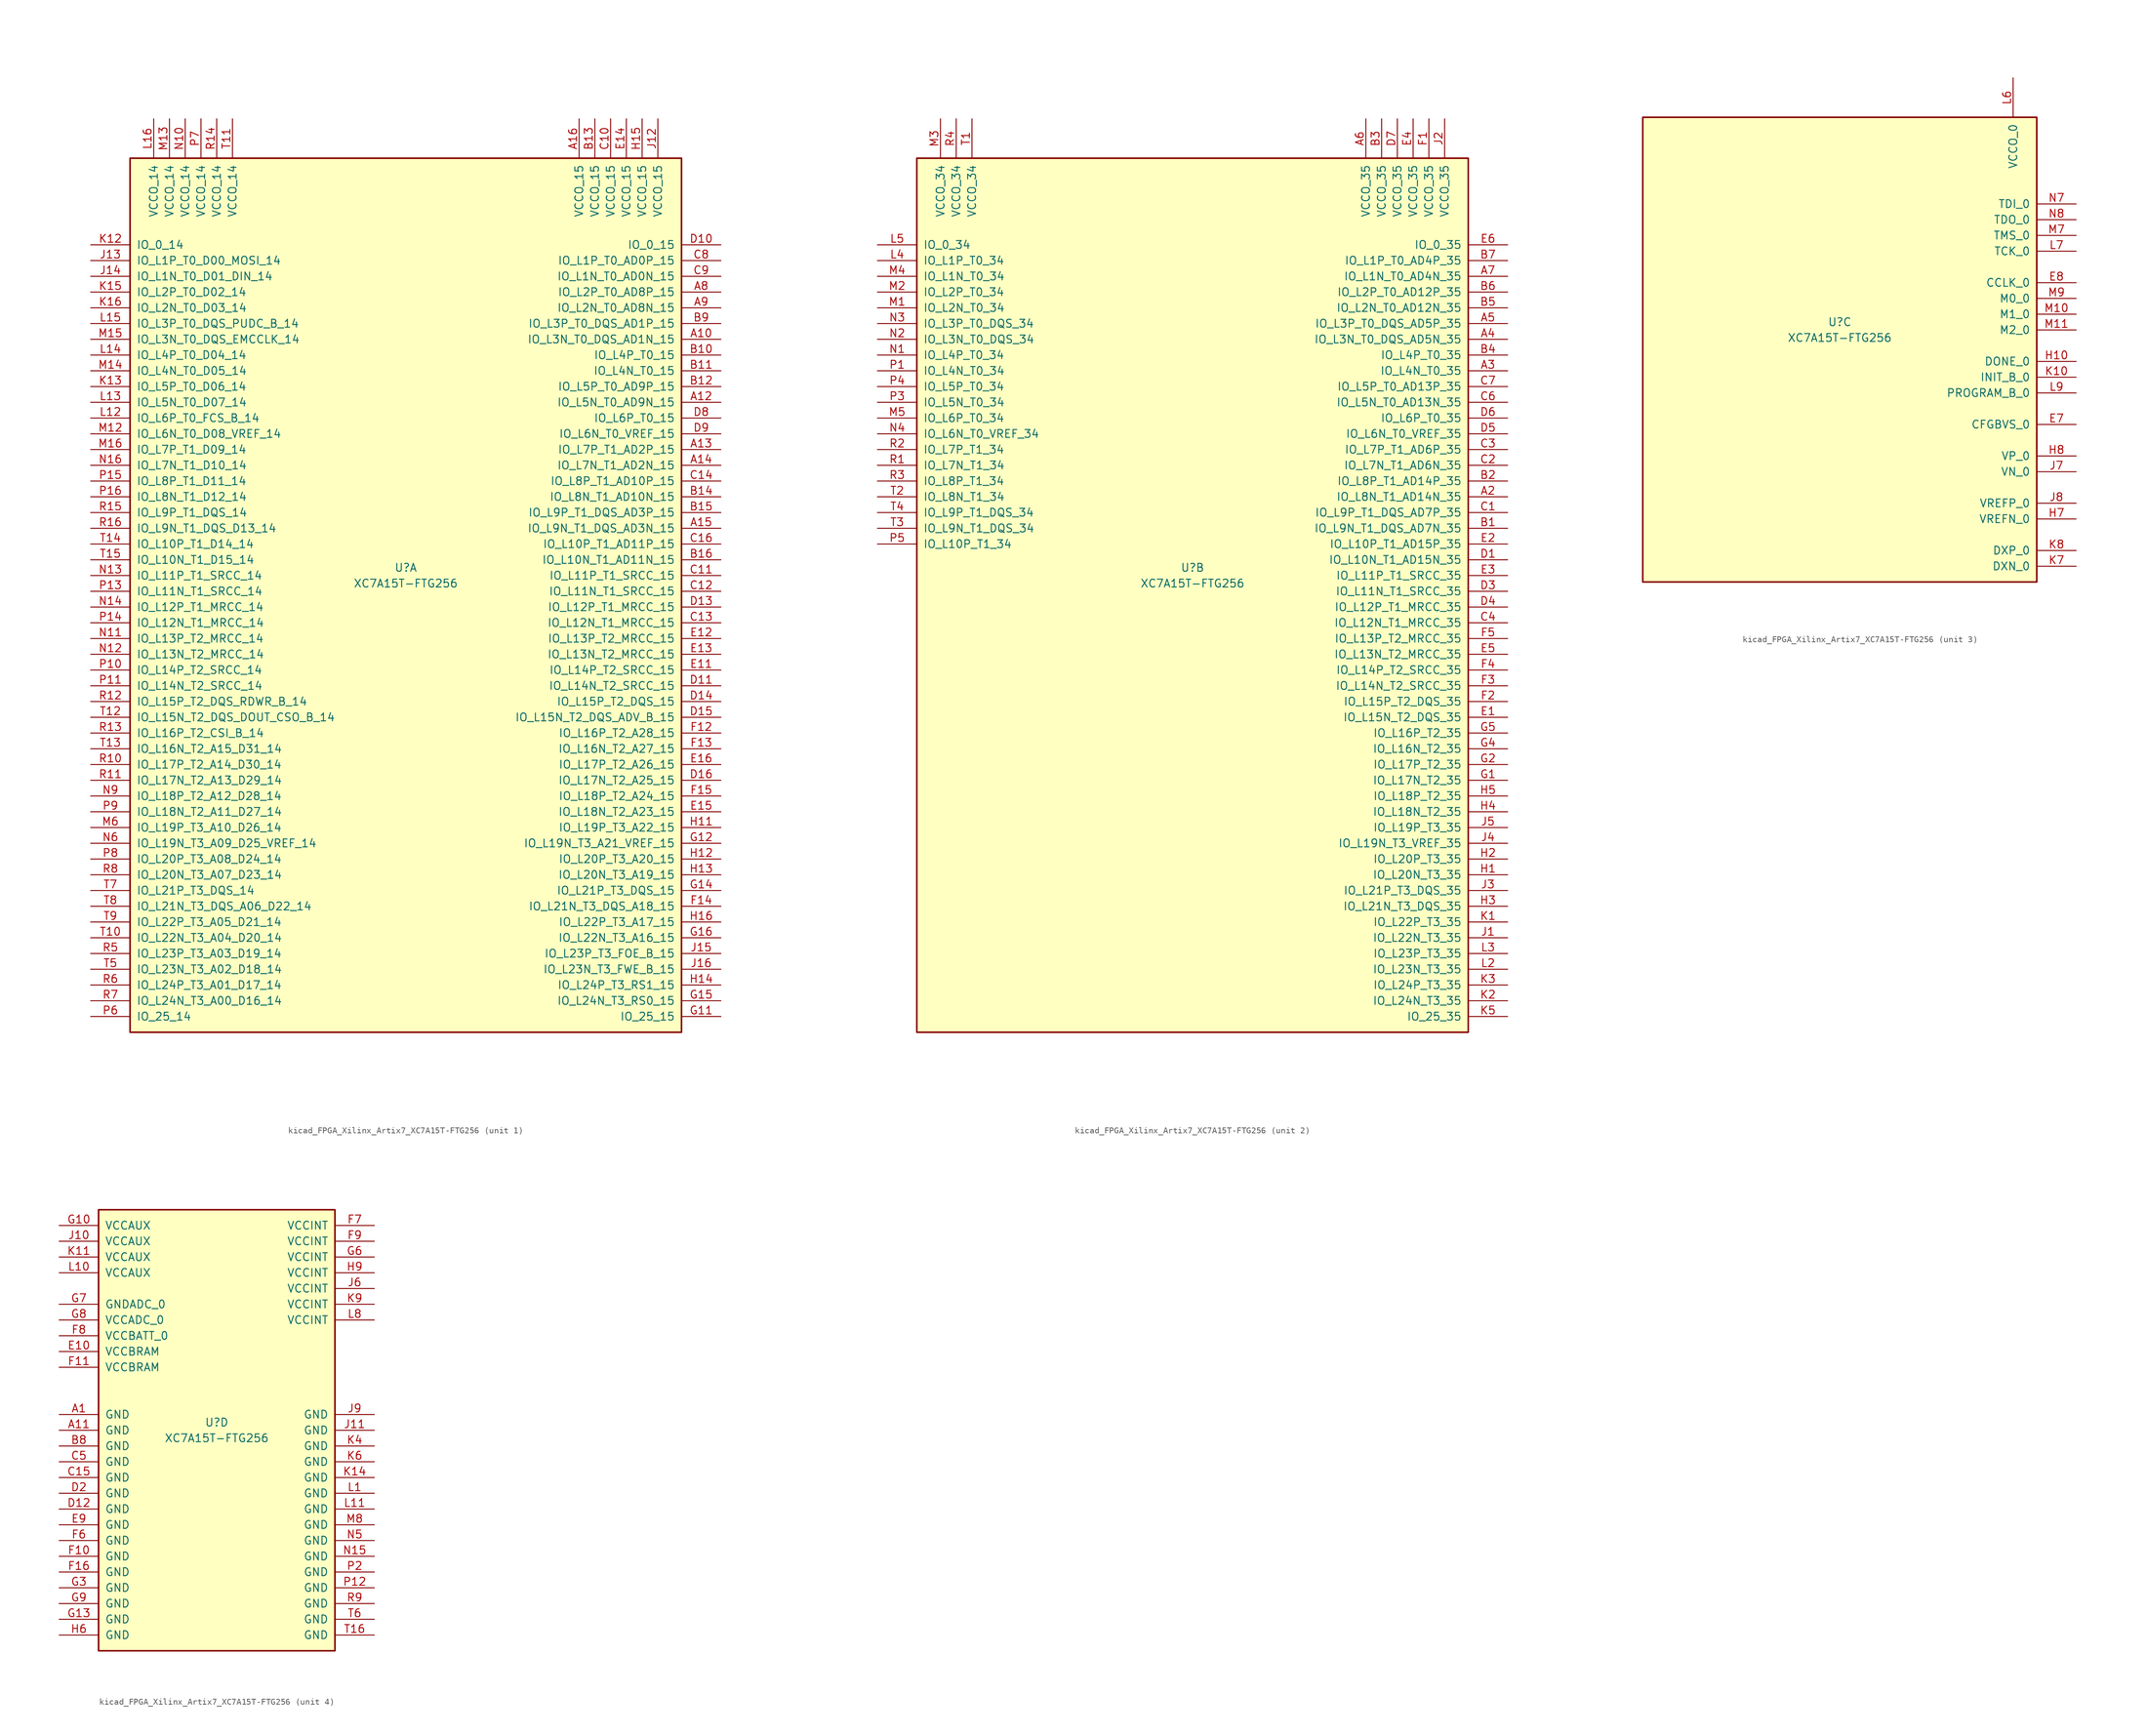
<source format=kicad_sym>
(kicad_symbol_lib
  (version 20220914)
  (generator kicad_symbol_editor)
  (symbol "kicad_FPGA_Xilinx_Artix7_XC7A15T-FTG256"
    (pin_names
      (offset 1.016))
    (property "Reference" "U"
      (at 0 1.27 0)
      (effects (font (size 1.27 1.27))))
    (property "Value" "XC7A15T-FTG256"
      (at 0 -1.27 0)
      (effects (font (size 1.27 1.27))))
    (property "Datasheet" ""
      (at 0 0 0)
      (effects (font (size 1.27 1.27))))
    (property "ki_locked" ""
      (at 0 0 0)
      (effects (font (size 1.27 1.27))))
    (symbol "kicad_FPGA_Xilinx_Artix7_XC7A15T-FTG256_1_1"
      (rectangle (start -44.45 67.31) (end 44.45 -73.66) (stroke (width 0.254) (type default)) (fill (type background)))
      (pin bidirectional line (at 50.8 38.1 180) (length 6.35) (name "IO_L3N_T0_DQS_AD1N_15" (effects (font (size 1.27 1.27)))) (number "A10" (effects (font (size 1.27 1.27)))))
      (pin bidirectional line (at 50.8 27.94 180) (length 6.35) (name "IO_L5N_T0_AD9N_15" (effects (font (size 1.27 1.27)))) (number "A12" (effects (font (size 1.27 1.27)))))
      (pin bidirectional line (at 50.8 20.32 180) (length 6.35) (name "IO_L7P_T1_AD2P_15" (effects (font (size 1.27 1.27)))) (number "A13" (effects (font (size 1.27 1.27)))))
      (pin bidirectional line (at 50.8 17.78 180) (length 6.35) (name "IO_L7N_T1_AD2N_15" (effects (font (size 1.27 1.27)))) (number "A14" (effects (font (size 1.27 1.27)))))
      (pin bidirectional line (at 50.8 7.62 180) (length 6.35) (name "IO_L9N_T1_DQS_AD3N_15" (effects (font (size 1.27 1.27)))) (number "A15" (effects (font (size 1.27 1.27)))))
      (pin power_in line (at 27.94 73.66 270) (length 6.35) (name "VCCO_15" (effects (font (size 1.27 1.27)))) (number "A16" (effects (font (size 1.27 1.27)))))
      (pin bidirectional line (at 50.8 45.72 180) (length 6.35) (name "IO_L2P_T0_AD8P_15" (effects (font (size 1.27 1.27)))) (number "A8" (effects (font (size 1.27 1.27)))))
      (pin bidirectional line (at 50.8 43.18 180) (length 6.35) (name "IO_L2N_T0_AD8N_15" (effects (font (size 1.27 1.27)))) (number "A9" (effects (font (size 1.27 1.27)))))
      (pin bidirectional line (at 50.8 35.56 180) (length 6.35) (name "IO_L4P_T0_15" (effects (font (size 1.27 1.27)))) (number "B10" (effects (font (size 1.27 1.27)))))
      (pin bidirectional line (at 50.8 33.02 180) (length 6.35) (name "IO_L4N_T0_15" (effects (font (size 1.27 1.27)))) (number "B11" (effects (font (size 1.27 1.27)))))
      (pin bidirectional line (at 50.8 30.48 180) (length 6.35) (name "IO_L5P_T0_AD9P_15" (effects (font (size 1.27 1.27)))) (number "B12" (effects (font (size 1.27 1.27)))))
      (pin power_in line (at 30.48 73.66 270) (length 6.35) (name "VCCO_15" (effects (font (size 1.27 1.27)))) (number "B13" (effects (font (size 1.27 1.27)))))
      (pin bidirectional line (at 50.8 12.7 180) (length 6.35) (name "IO_L8N_T1_AD10N_15" (effects (font (size 1.27 1.27)))) (number "B14" (effects (font (size 1.27 1.27)))))
      (pin bidirectional line (at 50.8 10.16 180) (length 6.35) (name "IO_L9P_T1_DQS_AD3P_15" (effects (font (size 1.27 1.27)))) (number "B15" (effects (font (size 1.27 1.27)))))
      (pin bidirectional line (at 50.8 2.54 180) (length 6.35) (name "IO_L10N_T1_AD11N_15" (effects (font (size 1.27 1.27)))) (number "B16" (effects (font (size 1.27 1.27)))))
      (pin bidirectional line (at 50.8 40.64 180) (length 6.35) (name "IO_L3P_T0_DQS_AD1P_15" (effects (font (size 1.27 1.27)))) (number "B9" (effects (font (size 1.27 1.27)))))
      (pin power_in line (at 33.02 73.66 270) (length 6.35) (name "VCCO_15" (effects (font (size 1.27 1.27)))) (number "C10" (effects (font (size 1.27 1.27)))))
      (pin bidirectional line (at 50.8 0 180) (length 6.35) (name "IO_L11P_T1_SRCC_15" (effects (font (size 1.27 1.27)))) (number "C11" (effects (font (size 1.27 1.27)))))
      (pin bidirectional line (at 50.8 -2.54 180) (length 6.35) (name "IO_L11N_T1_SRCC_15" (effects (font (size 1.27 1.27)))) (number "C12" (effects (font (size 1.27 1.27)))))
      (pin bidirectional line (at 50.8 -7.62 180) (length 6.35) (name "IO_L12N_T1_MRCC_15" (effects (font (size 1.27 1.27)))) (number "C13" (effects (font (size 1.27 1.27)))))
      (pin bidirectional line (at 50.8 15.24 180) (length 6.35) (name "IO_L8P_T1_AD10P_15" (effects (font (size 1.27 1.27)))) (number "C14" (effects (font (size 1.27 1.27)))))
      (pin bidirectional line (at 50.8 5.08 180) (length 6.35) (name "IO_L10P_T1_AD11P_15" (effects (font (size 1.27 1.27)))) (number "C16" (effects (font (size 1.27 1.27)))))
      (pin bidirectional line (at 50.8 50.8 180) (length 6.35) (name "IO_L1P_T0_AD0P_15" (effects (font (size 1.27 1.27)))) (number "C8" (effects (font (size 1.27 1.27)))))
      (pin bidirectional line (at 50.8 48.26 180) (length 6.35) (name "IO_L1N_T0_AD0N_15" (effects (font (size 1.27 1.27)))) (number "C9" (effects (font (size 1.27 1.27)))))
      (pin bidirectional line (at 50.8 53.34 180) (length 6.35) (name "IO_0_15" (effects (font (size 1.27 1.27)))) (number "D10" (effects (font (size 1.27 1.27)))))
      (pin bidirectional line (at 50.8 -17.78 180) (length 6.35) (name "IO_L14N_T2_SRCC_15" (effects (font (size 1.27 1.27)))) (number "D11" (effects (font (size 1.27 1.27)))))
      (pin bidirectional line (at 50.8 -5.08 180) (length 6.35) (name "IO_L12P_T1_MRCC_15" (effects (font (size 1.27 1.27)))) (number "D13" (effects (font (size 1.27 1.27)))))
      (pin bidirectional line (at 50.8 -20.32 180) (length 6.35) (name "IO_L15P_T2_DQS_15" (effects (font (size 1.27 1.27)))) (number "D14" (effects (font (size 1.27 1.27)))))
      (pin bidirectional line (at 50.8 -22.86 180) (length 6.35) (name "IO_L15N_T2_DQS_ADV_B_15" (effects (font (size 1.27 1.27)))) (number "D15" (effects (font (size 1.27 1.27)))))
      (pin bidirectional line (at 50.8 -33.02 180) (length 6.35) (name "IO_L17N_T2_A25_15" (effects (font (size 1.27 1.27)))) (number "D16" (effects (font (size 1.27 1.27)))))
      (pin bidirectional line (at 50.8 25.4 180) (length 6.35) (name "IO_L6P_T0_15" (effects (font (size 1.27 1.27)))) (number "D8" (effects (font (size 1.27 1.27)))))
      (pin bidirectional line (at 50.8 22.86 180) (length 6.35) (name "IO_L6N_T0_VREF_15" (effects (font (size 1.27 1.27)))) (number "D9" (effects (font (size 1.27 1.27)))))
      (pin bidirectional line (at 50.8 -15.24 180) (length 6.35) (name "IO_L14P_T2_SRCC_15" (effects (font (size 1.27 1.27)))) (number "E11" (effects (font (size 1.27 1.27)))))
      (pin bidirectional line (at 50.8 -10.16 180) (length 6.35) (name "IO_L13P_T2_MRCC_15" (effects (font (size 1.27 1.27)))) (number "E12" (effects (font (size 1.27 1.27)))))
      (pin bidirectional line (at 50.8 -12.7 180) (length 6.35) (name "IO_L13N_T2_MRCC_15" (effects (font (size 1.27 1.27)))) (number "E13" (effects (font (size 1.27 1.27)))))
      (pin power_in line (at 35.56 73.66 270) (length 6.35) (name "VCCO_15" (effects (font (size 1.27 1.27)))) (number "E14" (effects (font (size 1.27 1.27)))))
      (pin bidirectional line (at 50.8 -38.1 180) (length 6.35) (name "IO_L18N_T2_A23_15" (effects (font (size 1.27 1.27)))) (number "E15" (effects (font (size 1.27 1.27)))))
      (pin bidirectional line (at 50.8 -30.48 180) (length 6.35) (name "IO_L17P_T2_A26_15" (effects (font (size 1.27 1.27)))) (number "E16" (effects (font (size 1.27 1.27)))))
      (pin bidirectional line (at 50.8 -25.4 180) (length 6.35) (name "IO_L16P_T2_A28_15" (effects (font (size 1.27 1.27)))) (number "F12" (effects (font (size 1.27 1.27)))))
      (pin bidirectional line (at 50.8 -27.94 180) (length 6.35) (name "IO_L16N_T2_A27_15" (effects (font (size 1.27 1.27)))) (number "F13" (effects (font (size 1.27 1.27)))))
      (pin bidirectional line (at 50.8 -53.34 180) (length 6.35) (name "IO_L21N_T3_DQS_A18_15" (effects (font (size 1.27 1.27)))) (number "F14" (effects (font (size 1.27 1.27)))))
      (pin bidirectional line (at 50.8 -35.56 180) (length 6.35) (name "IO_L18P_T2_A24_15" (effects (font (size 1.27 1.27)))) (number "F15" (effects (font (size 1.27 1.27)))))
      (pin bidirectional line (at 50.8 -71.12 180) (length 6.35) (name "IO_25_15" (effects (font (size 1.27 1.27)))) (number "G11" (effects (font (size 1.27 1.27)))))
      (pin bidirectional line (at 50.8 -43.18 180) (length 6.35) (name "IO_L19N_T3_A21_VREF_15" (effects (font (size 1.27 1.27)))) (number "G12" (effects (font (size 1.27 1.27)))))
      (pin bidirectional line (at 50.8 -50.8 180) (length 6.35) (name "IO_L21P_T3_DQS_15" (effects (font (size 1.27 1.27)))) (number "G14" (effects (font (size 1.27 1.27)))))
      (pin bidirectional line (at 50.8 -68.58 180) (length 6.35) (name "IO_L24N_T3_RS0_15" (effects (font (size 1.27 1.27)))) (number "G15" (effects (font (size 1.27 1.27)))))
      (pin bidirectional line (at 50.8 -58.42 180) (length 6.35) (name "IO_L22N_T3_A16_15" (effects (font (size 1.27 1.27)))) (number "G16" (effects (font (size 1.27 1.27)))))
      (pin bidirectional line (at 50.8 -40.64 180) (length 6.35) (name "IO_L19P_T3_A22_15" (effects (font (size 1.27 1.27)))) (number "H11" (effects (font (size 1.27 1.27)))))
      (pin bidirectional line (at 50.8 -45.72 180) (length 6.35) (name "IO_L20P_T3_A20_15" (effects (font (size 1.27 1.27)))) (number "H12" (effects (font (size 1.27 1.27)))))
      (pin bidirectional line (at 50.8 -48.26 180) (length 6.35) (name "IO_L20N_T3_A19_15" (effects (font (size 1.27 1.27)))) (number "H13" (effects (font (size 1.27 1.27)))))
      (pin bidirectional line (at 50.8 -66.04 180) (length 6.35) (name "IO_L24P_T3_RS1_15" (effects (font (size 1.27 1.27)))) (number "H14" (effects (font (size 1.27 1.27)))))
      (pin power_in line (at 38.1 73.66 270) (length 6.35) (name "VCCO_15" (effects (font (size 1.27 1.27)))) (number "H15" (effects (font (size 1.27 1.27)))))
      (pin bidirectional line (at 50.8 -55.88 180) (length 6.35) (name "IO_L22P_T3_A17_15" (effects (font (size 1.27 1.27)))) (number "H16" (effects (font (size 1.27 1.27)))))
      (pin power_in line (at 40.64 73.66 270) (length 6.35) (name "VCCO_15" (effects (font (size 1.27 1.27)))) (number "J12" (effects (font (size 1.27 1.27)))))
      (pin bidirectional line (at -50.8 50.8 0) (length 6.35) (name "IO_L1P_T0_D00_MOSI_14" (effects (font (size 1.27 1.27)))) (number "J13" (effects (font (size 1.27 1.27)))))
      (pin bidirectional line (at -50.8 48.26 0) (length 6.35) (name "IO_L1N_T0_D01_DIN_14" (effects (font (size 1.27 1.27)))) (number "J14" (effects (font (size 1.27 1.27)))))
      (pin bidirectional line (at 50.8 -60.96 180) (length 6.35) (name "IO_L23P_T3_FOE_B_15" (effects (font (size 1.27 1.27)))) (number "J15" (effects (font (size 1.27 1.27)))))
      (pin bidirectional line (at 50.8 -63.5 180) (length 6.35) (name "IO_L23N_T3_FWE_B_15" (effects (font (size 1.27 1.27)))) (number "J16" (effects (font (size 1.27 1.27)))))
      (pin bidirectional line (at -50.8 53.34 0) (length 6.35) (name "IO_0_14" (effects (font (size 1.27 1.27)))) (number "K12" (effects (font (size 1.27 1.27)))))
      (pin bidirectional line (at -50.8 30.48 0) (length 6.35) (name "IO_L5P_T0_D06_14" (effects (font (size 1.27 1.27)))) (number "K13" (effects (font (size 1.27 1.27)))))
      (pin bidirectional line (at -50.8 45.72 0) (length 6.35) (name "IO_L2P_T0_D02_14" (effects (font (size 1.27 1.27)))) (number "K15" (effects (font (size 1.27 1.27)))))
      (pin bidirectional line (at -50.8 43.18 0) (length 6.35) (name "IO_L2N_T0_D03_14" (effects (font (size 1.27 1.27)))) (number "K16" (effects (font (size 1.27 1.27)))))
      (pin bidirectional line (at -50.8 25.4 0) (length 6.35) (name "IO_L6P_T0_FCS_B_14" (effects (font (size 1.27 1.27)))) (number "L12" (effects (font (size 1.27 1.27)))))
      (pin bidirectional line (at -50.8 27.94 0) (length 6.35) (name "IO_L5N_T0_D07_14" (effects (font (size 1.27 1.27)))) (number "L13" (effects (font (size 1.27 1.27)))))
      (pin bidirectional line (at -50.8 35.56 0) (length 6.35) (name "IO_L4P_T0_D04_14" (effects (font (size 1.27 1.27)))) (number "L14" (effects (font (size 1.27 1.27)))))
      (pin bidirectional line (at -50.8 40.64 0) (length 6.35) (name "IO_L3P_T0_DQS_PUDC_B_14" (effects (font (size 1.27 1.27)))) (number "L15" (effects (font (size 1.27 1.27)))))
      (pin power_in line (at -40.64 73.66 270) (length 6.35) (name "VCCO_14" (effects (font (size 1.27 1.27)))) (number "L16" (effects (font (size 1.27 1.27)))))
      (pin bidirectional line (at -50.8 22.86 0) (length 6.35) (name "IO_L6N_T0_D08_VREF_14" (effects (font (size 1.27 1.27)))) (number "M12" (effects (font (size 1.27 1.27)))))
      (pin power_in line (at -38.1 73.66 270) (length 6.35) (name "VCCO_14" (effects (font (size 1.27 1.27)))) (number "M13" (effects (font (size 1.27 1.27)))))
      (pin bidirectional line (at -50.8 33.02 0) (length 6.35) (name "IO_L4N_T0_D05_14" (effects (font (size 1.27 1.27)))) (number "M14" (effects (font (size 1.27 1.27)))))
      (pin bidirectional line (at -50.8 38.1 0) (length 6.35) (name "IO_L3N_T0_DQS_EMCCLK_14" (effects (font (size 1.27 1.27)))) (number "M15" (effects (font (size 1.27 1.27)))))
      (pin bidirectional line (at -50.8 20.32 0) (length 6.35) (name "IO_L7P_T1_D09_14" (effects (font (size 1.27 1.27)))) (number "M16" (effects (font (size 1.27 1.27)))))
      (pin bidirectional line (at -50.8 -40.64 0) (length 6.35) (name "IO_L19P_T3_A10_D26_14" (effects (font (size 1.27 1.27)))) (number "M6" (effects (font (size 1.27 1.27)))))
      (pin power_in line (at -35.56 73.66 270) (length 6.35) (name "VCCO_14" (effects (font (size 1.27 1.27)))) (number "N10" (effects (font (size 1.27 1.27)))))
      (pin bidirectional line (at -50.8 -10.16 0) (length 6.35) (name "IO_L13P_T2_MRCC_14" (effects (font (size 1.27 1.27)))) (number "N11" (effects (font (size 1.27 1.27)))))
      (pin bidirectional line (at -50.8 -12.7 0) (length 6.35) (name "IO_L13N_T2_MRCC_14" (effects (font (size 1.27 1.27)))) (number "N12" (effects (font (size 1.27 1.27)))))
      (pin bidirectional line (at -50.8 0 0) (length 6.35) (name "IO_L11P_T1_SRCC_14" (effects (font (size 1.27 1.27)))) (number "N13" (effects (font (size 1.27 1.27)))))
      (pin bidirectional line (at -50.8 -5.08 0) (length 6.35) (name "IO_L12P_T1_MRCC_14" (effects (font (size 1.27 1.27)))) (number "N14" (effects (font (size 1.27 1.27)))))
      (pin bidirectional line (at -50.8 17.78 0) (length 6.35) (name "IO_L7N_T1_D10_14" (effects (font (size 1.27 1.27)))) (number "N16" (effects (font (size 1.27 1.27)))))
      (pin bidirectional line (at -50.8 -43.18 0) (length 6.35) (name "IO_L19N_T3_A09_D25_VREF_14" (effects (font (size 1.27 1.27)))) (number "N6" (effects (font (size 1.27 1.27)))))
      (pin bidirectional line (at -50.8 -35.56 0) (length 6.35) (name "IO_L18P_T2_A12_D28_14" (effects (font (size 1.27 1.27)))) (number "N9" (effects (font (size 1.27 1.27)))))
      (pin bidirectional line (at -50.8 -15.24 0) (length 6.35) (name "IO_L14P_T2_SRCC_14" (effects (font (size 1.27 1.27)))) (number "P10" (effects (font (size 1.27 1.27)))))
      (pin bidirectional line (at -50.8 -17.78 0) (length 6.35) (name "IO_L14N_T2_SRCC_14" (effects (font (size 1.27 1.27)))) (number "P11" (effects (font (size 1.27 1.27)))))
      (pin bidirectional line (at -50.8 -2.54 0) (length 6.35) (name "IO_L11N_T1_SRCC_14" (effects (font (size 1.27 1.27)))) (number "P13" (effects (font (size 1.27 1.27)))))
      (pin bidirectional line (at -50.8 -7.62 0) (length 6.35) (name "IO_L12N_T1_MRCC_14" (effects (font (size 1.27 1.27)))) (number "P14" (effects (font (size 1.27 1.27)))))
      (pin bidirectional line (at -50.8 15.24 0) (length 6.35) (name "IO_L8P_T1_D11_14" (effects (font (size 1.27 1.27)))) (number "P15" (effects (font (size 1.27 1.27)))))
      (pin bidirectional line (at -50.8 12.7 0) (length 6.35) (name "IO_L8N_T1_D12_14" (effects (font (size 1.27 1.27)))) (number "P16" (effects (font (size 1.27 1.27)))))
      (pin bidirectional line (at -50.8 -71.12 0) (length 6.35) (name "IO_25_14" (effects (font (size 1.27 1.27)))) (number "P6" (effects (font (size 1.27 1.27)))))
      (pin power_in line (at -33.02 73.66 270) (length 6.35) (name "VCCO_14" (effects (font (size 1.27 1.27)))) (number "P7" (effects (font (size 1.27 1.27)))))
      (pin bidirectional line (at -50.8 -45.72 0) (length 6.35) (name "IO_L20P_T3_A08_D24_14" (effects (font (size 1.27 1.27)))) (number "P8" (effects (font (size 1.27 1.27)))))
      (pin bidirectional line (at -50.8 -38.1 0) (length 6.35) (name "IO_L18N_T2_A11_D27_14" (effects (font (size 1.27 1.27)))) (number "P9" (effects (font (size 1.27 1.27)))))
      (pin bidirectional line (at -50.8 -30.48 0) (length 6.35) (name "IO_L17P_T2_A14_D30_14" (effects (font (size 1.27 1.27)))) (number "R10" (effects (font (size 1.27 1.27)))))
      (pin bidirectional line (at -50.8 -33.02 0) (length 6.35) (name "IO_L17N_T2_A13_D29_14" (effects (font (size 1.27 1.27)))) (number "R11" (effects (font (size 1.27 1.27)))))
      (pin bidirectional line (at -50.8 -20.32 0) (length 6.35) (name "IO_L15P_T2_DQS_RDWR_B_14" (effects (font (size 1.27 1.27)))) (number "R12" (effects (font (size 1.27 1.27)))))
      (pin bidirectional line (at -50.8 -25.4 0) (length 6.35) (name "IO_L16P_T2_CSI_B_14" (effects (font (size 1.27 1.27)))) (number "R13" (effects (font (size 1.27 1.27)))))
      (pin power_in line (at -30.48 73.66 270) (length 6.35) (name "VCCO_14" (effects (font (size 1.27 1.27)))) (number "R14" (effects (font (size 1.27 1.27)))))
      (pin bidirectional line (at -50.8 10.16 0) (length 6.35) (name "IO_L9P_T1_DQS_14" (effects (font (size 1.27 1.27)))) (number "R15" (effects (font (size 1.27 1.27)))))
      (pin bidirectional line (at -50.8 7.62 0) (length 6.35) (name "IO_L9N_T1_DQS_D13_14" (effects (font (size 1.27 1.27)))) (number "R16" (effects (font (size 1.27 1.27)))))
      (pin bidirectional line (at -50.8 -60.96 0) (length 6.35) (name "IO_L23P_T3_A03_D19_14" (effects (font (size 1.27 1.27)))) (number "R5" (effects (font (size 1.27 1.27)))))
      (pin bidirectional line (at -50.8 -66.04 0) (length 6.35) (name "IO_L24P_T3_A01_D17_14" (effects (font (size 1.27 1.27)))) (number "R6" (effects (font (size 1.27 1.27)))))
      (pin bidirectional line (at -50.8 -68.58 0) (length 6.35) (name "IO_L24N_T3_A00_D16_14" (effects (font (size 1.27 1.27)))) (number "R7" (effects (font (size 1.27 1.27)))))
      (pin bidirectional line (at -50.8 -48.26 0) (length 6.35) (name "IO_L20N_T3_A07_D23_14" (effects (font (size 1.27 1.27)))) (number "R8" (effects (font (size 1.27 1.27)))))
      (pin bidirectional line (at -50.8 -58.42 0) (length 6.35) (name "IO_L22N_T3_A04_D20_14" (effects (font (size 1.27 1.27)))) (number "T10" (effects (font (size 1.27 1.27)))))
      (pin power_in line (at -27.94 73.66 270) (length 6.35) (name "VCCO_14" (effects (font (size 1.27 1.27)))) (number "T11" (effects (font (size 1.27 1.27)))))
      (pin bidirectional line (at -50.8 -22.86 0) (length 6.35) (name "IO_L15N_T2_DQS_DOUT_CSO_B_14" (effects (font (size 1.27 1.27)))) (number "T12" (effects (font (size 1.27 1.27)))))
      (pin bidirectional line (at -50.8 -27.94 0) (length 6.35) (name "IO_L16N_T2_A15_D31_14" (effects (font (size 1.27 1.27)))) (number "T13" (effects (font (size 1.27 1.27)))))
      (pin bidirectional line (at -50.8 5.08 0) (length 6.35) (name "IO_L10P_T1_D14_14" (effects (font (size 1.27 1.27)))) (number "T14" (effects (font (size 1.27 1.27)))))
      (pin bidirectional line (at -50.8 2.54 0) (length 6.35) (name "IO_L10N_T1_D15_14" (effects (font (size 1.27 1.27)))) (number "T15" (effects (font (size 1.27 1.27)))))
      (pin bidirectional line (at -50.8 -63.5 0) (length 6.35) (name "IO_L23N_T3_A02_D18_14" (effects (font (size 1.27 1.27)))) (number "T5" (effects (font (size 1.27 1.27)))))
      (pin bidirectional line (at -50.8 -50.8 0) (length 6.35) (name "IO_L21P_T3_DQS_14" (effects (font (size 1.27 1.27)))) (number "T7" (effects (font (size 1.27 1.27)))))
      (pin bidirectional line (at -50.8 -53.34 0) (length 6.35) (name "IO_L21N_T3_DQS_A06_D22_14" (effects (font (size 1.27 1.27)))) (number "T8" (effects (font (size 1.27 1.27)))))
      (pin bidirectional line (at -50.8 -55.88 0) (length 6.35) (name "IO_L22P_T3_A05_D21_14" (effects (font (size 1.27 1.27)))) (number "T9" (effects (font (size 1.27 1.27))))))
    (symbol "kicad_FPGA_Xilinx_Artix7_XC7A15T-FTG256_2_1"
      (rectangle (start -44.45 67.31) (end 44.45 -73.66) (stroke (width 0.254) (type default)) (fill (type background)))
      (pin bidirectional line (at 50.8 12.7 180) (length 6.35) (name "IO_L8N_T1_AD14N_35" (effects (font (size 1.27 1.27)))) (number "A2" (effects (font (size 1.27 1.27)))))
      (pin bidirectional line (at 50.8 33.02 180) (length 6.35) (name "IO_L4N_T0_35" (effects (font (size 1.27 1.27)))) (number "A3" (effects (font (size 1.27 1.27)))))
      (pin bidirectional line (at 50.8 38.1 180) (length 6.35) (name "IO_L3N_T0_DQS_AD5N_35" (effects (font (size 1.27 1.27)))) (number "A4" (effects (font (size 1.27 1.27)))))
      (pin bidirectional line (at 50.8 40.64 180) (length 6.35) (name "IO_L3P_T0_DQS_AD5P_35" (effects (font (size 1.27 1.27)))) (number "A5" (effects (font (size 1.27 1.27)))))
      (pin power_in line (at 27.94 73.66 270) (length 6.35) (name "VCCO_35" (effects (font (size 1.27 1.27)))) (number "A6" (effects (font (size 1.27 1.27)))))
      (pin bidirectional line (at 50.8 48.26 180) (length 6.35) (name "IO_L1N_T0_AD4N_35" (effects (font (size 1.27 1.27)))) (number "A7" (effects (font (size 1.27 1.27)))))
      (pin bidirectional line (at 50.8 7.62 180) (length 6.35) (name "IO_L9N_T1_DQS_AD7N_35" (effects (font (size 1.27 1.27)))) (number "B1" (effects (font (size 1.27 1.27)))))
      (pin bidirectional line (at 50.8 15.24 180) (length 6.35) (name "IO_L8P_T1_AD14P_35" (effects (font (size 1.27 1.27)))) (number "B2" (effects (font (size 1.27 1.27)))))
      (pin power_in line (at 30.48 73.66 270) (length 6.35) (name "VCCO_35" (effects (font (size 1.27 1.27)))) (number "B3" (effects (font (size 1.27 1.27)))))
      (pin bidirectional line (at 50.8 35.56 180) (length 6.35) (name "IO_L4P_T0_35" (effects (font (size 1.27 1.27)))) (number "B4" (effects (font (size 1.27 1.27)))))
      (pin bidirectional line (at 50.8 43.18 180) (length 6.35) (name "IO_L2N_T0_AD12N_35" (effects (font (size 1.27 1.27)))) (number "B5" (effects (font (size 1.27 1.27)))))
      (pin bidirectional line (at 50.8 45.72 180) (length 6.35) (name "IO_L2P_T0_AD12P_35" (effects (font (size 1.27 1.27)))) (number "B6" (effects (font (size 1.27 1.27)))))
      (pin bidirectional line (at 50.8 50.8 180) (length 6.35) (name "IO_L1P_T0_AD4P_35" (effects (font (size 1.27 1.27)))) (number "B7" (effects (font (size 1.27 1.27)))))
      (pin bidirectional line (at 50.8 10.16 180) (length 6.35) (name "IO_L9P_T1_DQS_AD7P_35" (effects (font (size 1.27 1.27)))) (number "C1" (effects (font (size 1.27 1.27)))))
      (pin bidirectional line (at 50.8 17.78 180) (length 6.35) (name "IO_L7N_T1_AD6N_35" (effects (font (size 1.27 1.27)))) (number "C2" (effects (font (size 1.27 1.27)))))
      (pin bidirectional line (at 50.8 20.32 180) (length 6.35) (name "IO_L7P_T1_AD6P_35" (effects (font (size 1.27 1.27)))) (number "C3" (effects (font (size 1.27 1.27)))))
      (pin bidirectional line (at 50.8 -7.62 180) (length 6.35) (name "IO_L12N_T1_MRCC_35" (effects (font (size 1.27 1.27)))) (number "C4" (effects (font (size 1.27 1.27)))))
      (pin bidirectional line (at 50.8 27.94 180) (length 6.35) (name "IO_L5N_T0_AD13N_35" (effects (font (size 1.27 1.27)))) (number "C6" (effects (font (size 1.27 1.27)))))
      (pin bidirectional line (at 50.8 30.48 180) (length 6.35) (name "IO_L5P_T0_AD13P_35" (effects (font (size 1.27 1.27)))) (number "C7" (effects (font (size 1.27 1.27)))))
      (pin bidirectional line (at 50.8 2.54 180) (length 6.35) (name "IO_L10N_T1_AD15N_35" (effects (font (size 1.27 1.27)))) (number "D1" (effects (font (size 1.27 1.27)))))
      (pin bidirectional line (at 50.8 -2.54 180) (length 6.35) (name "IO_L11N_T1_SRCC_35" (effects (font (size 1.27 1.27)))) (number "D3" (effects (font (size 1.27 1.27)))))
      (pin bidirectional line (at 50.8 -5.08 180) (length 6.35) (name "IO_L12P_T1_MRCC_35" (effects (font (size 1.27 1.27)))) (number "D4" (effects (font (size 1.27 1.27)))))
      (pin bidirectional line (at 50.8 22.86 180) (length 6.35) (name "IO_L6N_T0_VREF_35" (effects (font (size 1.27 1.27)))) (number "D5" (effects (font (size 1.27 1.27)))))
      (pin bidirectional line (at 50.8 25.4 180) (length 6.35) (name "IO_L6P_T0_35" (effects (font (size 1.27 1.27)))) (number "D6" (effects (font (size 1.27 1.27)))))
      (pin power_in line (at 33.02 73.66 270) (length 6.35) (name "VCCO_35" (effects (font (size 1.27 1.27)))) (number "D7" (effects (font (size 1.27 1.27)))))
      (pin bidirectional line (at 50.8 -22.86 180) (length 6.35) (name "IO_L15N_T2_DQS_35" (effects (font (size 1.27 1.27)))) (number "E1" (effects (font (size 1.27 1.27)))))
      (pin bidirectional line (at 50.8 5.08 180) (length 6.35) (name "IO_L10P_T1_AD15P_35" (effects (font (size 1.27 1.27)))) (number "E2" (effects (font (size 1.27 1.27)))))
      (pin bidirectional line (at 50.8 0 180) (length 6.35) (name "IO_L11P_T1_SRCC_35" (effects (font (size 1.27 1.27)))) (number "E3" (effects (font (size 1.27 1.27)))))
      (pin power_in line (at 35.56 73.66 270) (length 6.35) (name "VCCO_35" (effects (font (size 1.27 1.27)))) (number "E4" (effects (font (size 1.27 1.27)))))
      (pin bidirectional line (at 50.8 -12.7 180) (length 6.35) (name "IO_L13N_T2_MRCC_35" (effects (font (size 1.27 1.27)))) (number "E5" (effects (font (size 1.27 1.27)))))
      (pin bidirectional line (at 50.8 53.34 180) (length 6.35) (name "IO_0_35" (effects (font (size 1.27 1.27)))) (number "E6" (effects (font (size 1.27 1.27)))))
      (pin power_in line (at 38.1 73.66 270) (length 6.35) (name "VCCO_35" (effects (font (size 1.27 1.27)))) (number "F1" (effects (font (size 1.27 1.27)))))
      (pin bidirectional line (at 50.8 -20.32 180) (length 6.35) (name "IO_L15P_T2_DQS_35" (effects (font (size 1.27 1.27)))) (number "F2" (effects (font (size 1.27 1.27)))))
      (pin bidirectional line (at 50.8 -17.78 180) (length 6.35) (name "IO_L14N_T2_SRCC_35" (effects (font (size 1.27 1.27)))) (number "F3" (effects (font (size 1.27 1.27)))))
      (pin bidirectional line (at 50.8 -15.24 180) (length 6.35) (name "IO_L14P_T2_SRCC_35" (effects (font (size 1.27 1.27)))) (number "F4" (effects (font (size 1.27 1.27)))))
      (pin bidirectional line (at 50.8 -10.16 180) (length 6.35) (name "IO_L13P_T2_MRCC_35" (effects (font (size 1.27 1.27)))) (number "F5" (effects (font (size 1.27 1.27)))))
      (pin bidirectional line (at 50.8 -33.02 180) (length 6.35) (name "IO_L17N_T2_35" (effects (font (size 1.27 1.27)))) (number "G1" (effects (font (size 1.27 1.27)))))
      (pin bidirectional line (at 50.8 -30.48 180) (length 6.35) (name "IO_L17P_T2_35" (effects (font (size 1.27 1.27)))) (number "G2" (effects (font (size 1.27 1.27)))))
      (pin bidirectional line (at 50.8 -27.94 180) (length 6.35) (name "IO_L16N_T2_35" (effects (font (size 1.27 1.27)))) (number "G4" (effects (font (size 1.27 1.27)))))
      (pin bidirectional line (at 50.8 -25.4 180) (length 6.35) (name "IO_L16P_T2_35" (effects (font (size 1.27 1.27)))) (number "G5" (effects (font (size 1.27 1.27)))))
      (pin bidirectional line (at 50.8 -48.26 180) (length 6.35) (name "IO_L20N_T3_35" (effects (font (size 1.27 1.27)))) (number "H1" (effects (font (size 1.27 1.27)))))
      (pin bidirectional line (at 50.8 -45.72 180) (length 6.35) (name "IO_L20P_T3_35" (effects (font (size 1.27 1.27)))) (number "H2" (effects (font (size 1.27 1.27)))))
      (pin bidirectional line (at 50.8 -53.34 180) (length 6.35) (name "IO_L21N_T3_DQS_35" (effects (font (size 1.27 1.27)))) (number "H3" (effects (font (size 1.27 1.27)))))
      (pin bidirectional line (at 50.8 -38.1 180) (length 6.35) (name "IO_L18N_T2_35" (effects (font (size 1.27 1.27)))) (number "H4" (effects (font (size 1.27 1.27)))))
      (pin bidirectional line (at 50.8 -35.56 180) (length 6.35) (name "IO_L18P_T2_35" (effects (font (size 1.27 1.27)))) (number "H5" (effects (font (size 1.27 1.27)))))
      (pin bidirectional line (at 50.8 -58.42 180) (length 6.35) (name "IO_L22N_T3_35" (effects (font (size 1.27 1.27)))) (number "J1" (effects (font (size 1.27 1.27)))))
      (pin power_in line (at 40.64 73.66 270) (length 6.35) (name "VCCO_35" (effects (font (size 1.27 1.27)))) (number "J2" (effects (font (size 1.27 1.27)))))
      (pin bidirectional line (at 50.8 -50.8 180) (length 6.35) (name "IO_L21P_T3_DQS_35" (effects (font (size 1.27 1.27)))) (number "J3" (effects (font (size 1.27 1.27)))))
      (pin bidirectional line (at 50.8 -43.18 180) (length 6.35) (name "IO_L19N_T3_VREF_35" (effects (font (size 1.27 1.27)))) (number "J4" (effects (font (size 1.27 1.27)))))
      (pin bidirectional line (at 50.8 -40.64 180) (length 6.35) (name "IO_L19P_T3_35" (effects (font (size 1.27 1.27)))) (number "J5" (effects (font (size 1.27 1.27)))))
      (pin bidirectional line (at 50.8 -55.88 180) (length 6.35) (name "IO_L22P_T3_35" (effects (font (size 1.27 1.27)))) (number "K1" (effects (font (size 1.27 1.27)))))
      (pin bidirectional line (at 50.8 -68.58 180) (length 6.35) (name "IO_L24N_T3_35" (effects (font (size 1.27 1.27)))) (number "K2" (effects (font (size 1.27 1.27)))))
      (pin bidirectional line (at 50.8 -66.04 180) (length 6.35) (name "IO_L24P_T3_35" (effects (font (size 1.27 1.27)))) (number "K3" (effects (font (size 1.27 1.27)))))
      (pin bidirectional line (at 50.8 -71.12 180) (length 6.35) (name "IO_25_35" (effects (font (size 1.27 1.27)))) (number "K5" (effects (font (size 1.27 1.27)))))
      (pin bidirectional line (at 50.8 -63.5 180) (length 6.35) (name "IO_L23N_T3_35" (effects (font (size 1.27 1.27)))) (number "L2" (effects (font (size 1.27 1.27)))))
      (pin bidirectional line (at 50.8 -60.96 180) (length 6.35) (name "IO_L23P_T3_35" (effects (font (size 1.27 1.27)))) (number "L3" (effects (font (size 1.27 1.27)))))
      (pin bidirectional line (at -50.8 50.8 0) (length 6.35) (name "IO_L1P_T0_34" (effects (font (size 1.27 1.27)))) (number "L4" (effects (font (size 1.27 1.27)))))
      (pin bidirectional line (at -50.8 53.34 0) (length 6.35) (name "IO_0_34" (effects (font (size 1.27 1.27)))) (number "L5" (effects (font (size 1.27 1.27)))))
      (pin bidirectional line (at -50.8 43.18 0) (length 6.35) (name "IO_L2N_T0_34" (effects (font (size 1.27 1.27)))) (number "M1" (effects (font (size 1.27 1.27)))))
      (pin bidirectional line (at -50.8 45.72 0) (length 6.35) (name "IO_L2P_T0_34" (effects (font (size 1.27 1.27)))) (number "M2" (effects (font (size 1.27 1.27)))))
      (pin power_in line (at -40.64 73.66 270) (length 6.35) (name "VCCO_34" (effects (font (size 1.27 1.27)))) (number "M3" (effects (font (size 1.27 1.27)))))
      (pin bidirectional line (at -50.8 48.26 0) (length 6.35) (name "IO_L1N_T0_34" (effects (font (size 1.27 1.27)))) (number "M4" (effects (font (size 1.27 1.27)))))
      (pin bidirectional line (at -50.8 25.4 0) (length 6.35) (name "IO_L6P_T0_34" (effects (font (size 1.27 1.27)))) (number "M5" (effects (font (size 1.27 1.27)))))
      (pin bidirectional line (at -50.8 35.56 0) (length 6.35) (name "IO_L4P_T0_34" (effects (font (size 1.27 1.27)))) (number "N1" (effects (font (size 1.27 1.27)))))
      (pin bidirectional line (at -50.8 38.1 0) (length 6.35) (name "IO_L3N_T0_DQS_34" (effects (font (size 1.27 1.27)))) (number "N2" (effects (font (size 1.27 1.27)))))
      (pin bidirectional line (at -50.8 40.64 0) (length 6.35) (name "IO_L3P_T0_DQS_34" (effects (font (size 1.27 1.27)))) (number "N3" (effects (font (size 1.27 1.27)))))
      (pin bidirectional line (at -50.8 22.86 0) (length 6.35) (name "IO_L6N_T0_VREF_34" (effects (font (size 1.27 1.27)))) (number "N4" (effects (font (size 1.27 1.27)))))
      (pin bidirectional line (at -50.8 33.02 0) (length 6.35) (name "IO_L4N_T0_34" (effects (font (size 1.27 1.27)))) (number "P1" (effects (font (size 1.27 1.27)))))
      (pin bidirectional line (at -50.8 27.94 0) (length 6.35) (name "IO_L5N_T0_34" (effects (font (size 1.27 1.27)))) (number "P3" (effects (font (size 1.27 1.27)))))
      (pin bidirectional line (at -50.8 30.48 0) (length 6.35) (name "IO_L5P_T0_34" (effects (font (size 1.27 1.27)))) (number "P4" (effects (font (size 1.27 1.27)))))
      (pin bidirectional line (at -50.8 5.08 0) (length 6.35) (name "IO_L10P_T1_34" (effects (font (size 1.27 1.27)))) (number "P5" (effects (font (size 1.27 1.27)))))
      (pin bidirectional line (at -50.8 17.78 0) (length 6.35) (name "IO_L7N_T1_34" (effects (font (size 1.27 1.27)))) (number "R1" (effects (font (size 1.27 1.27)))))
      (pin bidirectional line (at -50.8 20.32 0) (length 6.35) (name "IO_L7P_T1_34" (effects (font (size 1.27 1.27)))) (number "R2" (effects (font (size 1.27 1.27)))))
      (pin bidirectional line (at -50.8 15.24 0) (length 6.35) (name "IO_L8P_T1_34" (effects (font (size 1.27 1.27)))) (number "R3" (effects (font (size 1.27 1.27)))))
      (pin power_in line (at -38.1 73.66 270) (length 6.35) (name "VCCO_34" (effects (font (size 1.27 1.27)))) (number "R4" (effects (font (size 1.27 1.27)))))
      (pin power_in line (at -35.56 73.66 270) (length 6.35) (name "VCCO_34" (effects (font (size 1.27 1.27)))) (number "T1" (effects (font (size 1.27 1.27)))))
      (pin bidirectional line (at -50.8 12.7 0) (length 6.35) (name "IO_L8N_T1_34" (effects (font (size 1.27 1.27)))) (number "T2" (effects (font (size 1.27 1.27)))))
      (pin bidirectional line (at -50.8 7.62 0) (length 6.35) (name "IO_L9N_T1_DQS_34" (effects (font (size 1.27 1.27)))) (number "T3" (effects (font (size 1.27 1.27)))))
      (pin bidirectional line (at -50.8 10.16 0) (length 6.35) (name "IO_L9P_T1_DQS_34" (effects (font (size 1.27 1.27)))) (number "T4" (effects (font (size 1.27 1.27))))))
    (symbol "kicad_FPGA_Xilinx_Artix7_XC7A15T-FTG256_3_1"
      (rectangle (start -31.75 34.29) (end 31.75 -40.64) (stroke (width 0.254) (type default)) (fill (type background)))
      (pin bidirectional line (at 38.1 -15.24 180) (length 6.35) (name "CFGBVS_0" (effects (font (size 1.27 1.27)))) (number "E7" (effects (font (size 1.27 1.27)))))
      (pin bidirectional line (at 38.1 7.62 180) (length 6.35) (name "CCLK_0" (effects (font (size 1.27 1.27)))) (number "E8" (effects (font (size 1.27 1.27)))))
      (pin bidirectional line (at 38.1 -5.08 180) (length 6.35) (name "DONE_0" (effects (font (size 1.27 1.27)))) (number "H10" (effects (font (size 1.27 1.27)))))
      (pin bidirectional line (at 38.1 -30.48 180) (length 6.35) (name "VREFN_0" (effects (font (size 1.27 1.27)))) (number "H7" (effects (font (size 1.27 1.27)))))
      (pin bidirectional line (at 38.1 -20.32 180) (length 6.35) (name "VP_0" (effects (font (size 1.27 1.27)))) (number "H8" (effects (font (size 1.27 1.27)))))
      (pin bidirectional line (at 38.1 -22.86 180) (length 6.35) (name "VN_0" (effects (font (size 1.27 1.27)))) (number "J7" (effects (font (size 1.27 1.27)))))
      (pin bidirectional line (at 38.1 -27.94 180) (length 6.35) (name "VREFP_0" (effects (font (size 1.27 1.27)))) (number "J8" (effects (font (size 1.27 1.27)))))
      (pin bidirectional line (at 38.1 -7.62 180) (length 6.35) (name "INIT_B_0" (effects (font (size 1.27 1.27)))) (number "K10" (effects (font (size 1.27 1.27)))))
      (pin bidirectional line (at 38.1 -38.1 180) (length 6.35) (name "DXN_0" (effects (font (size 1.27 1.27)))) (number "K7" (effects (font (size 1.27 1.27)))))
      (pin bidirectional line (at 38.1 -35.56 180) (length 6.35) (name "DXP_0" (effects (font (size 1.27 1.27)))) (number "K8" (effects (font (size 1.27 1.27)))))
      (pin power_in line (at 27.94 40.64 270) (length 6.35) (name "VCCO_0" (effects (font (size 1.27 1.27)))) (number "L6" (effects (font (size 1.27 1.27)))))
      (pin bidirectional line (at 38.1 12.7 180) (length 6.35) (name "TCK_0" (effects (font (size 1.27 1.27)))) (number "L7" (effects (font (size 1.27 1.27)))))
      (pin bidirectional line (at 38.1 -10.16 180) (length 6.35) (name "PROGRAM_B_0" (effects (font (size 1.27 1.27)))) (number "L9" (effects (font (size 1.27 1.27)))))
      (pin bidirectional line (at 38.1 2.54 180) (length 6.35) (name "M1_0" (effects (font (size 1.27 1.27)))) (number "M10" (effects (font (size 1.27 1.27)))))
      (pin bidirectional line (at 38.1 0 180) (length 6.35) (name "M2_0" (effects (font (size 1.27 1.27)))) (number "M11" (effects (font (size 1.27 1.27)))))
      (pin bidirectional line (at 38.1 15.24 180) (length 6.35) (name "TMS_0" (effects (font (size 1.27 1.27)))) (number "M7" (effects (font (size 1.27 1.27)))))
      (pin bidirectional line (at 38.1 5.08 180) (length 6.35) (name "M0_0" (effects (font (size 1.27 1.27)))) (number "M9" (effects (font (size 1.27 1.27)))))
      (pin bidirectional line (at 38.1 20.32 180) (length 6.35) (name "TDI_0" (effects (font (size 1.27 1.27)))) (number "N7" (effects (font (size 1.27 1.27)))))
      (pin bidirectional line (at 38.1 17.78 180) (length 6.35) (name "TDO_0" (effects (font (size 1.27 1.27)))) (number "N8" (effects (font (size 1.27 1.27))))))
    (symbol "kicad_FPGA_Xilinx_Artix7_XC7A15T-FTG256_4_1"
      (rectangle (start -19.05 35.56) (end 19.05 -35.56) (stroke (width 0.254) (type default)) (fill (type background)))
      (pin power_in line (at -25.4 2.54 0) (length 6.35) (name "GND" (effects (font (size 1.27 1.27)))) (number "A1" (effects (font (size 1.27 1.27)))))
      (pin power_in line (at -25.4 0 0) (length 6.35) (name "GND" (effects (font (size 1.27 1.27)))) (number "A11" (effects (font (size 1.27 1.27)))))
      (pin power_in line (at -25.4 -2.54 0) (length 6.35) (name "GND" (effects (font (size 1.27 1.27)))) (number "B8" (effects (font (size 1.27 1.27)))))
      (pin power_in line (at -25.4 -7.62 0) (length 6.35) (name "GND" (effects (font (size 1.27 1.27)))) (number "C15" (effects (font (size 1.27 1.27)))))
      (pin power_in line (at -25.4 -5.08 0) (length 6.35) (name "GND" (effects (font (size 1.27 1.27)))) (number "C5" (effects (font (size 1.27 1.27)))))
      (pin power_in line (at -25.4 -12.7 0) (length 6.35) (name "GND" (effects (font (size 1.27 1.27)))) (number "D12" (effects (font (size 1.27 1.27)))))
      (pin power_in line (at -25.4 -10.16 0) (length 6.35) (name "GND" (effects (font (size 1.27 1.27)))) (number "D2" (effects (font (size 1.27 1.27)))))
      (pin power_in line (at -25.4 12.7 0) (length 6.35) (name "VCCBRAM" (effects (font (size 1.27 1.27)))) (number "E10" (effects (font (size 1.27 1.27)))))
      (pin power_in line (at -25.4 -15.24 0) (length 6.35) (name "GND" (effects (font (size 1.27 1.27)))) (number "E9" (effects (font (size 1.27 1.27)))))
      (pin power_in line (at -25.4 -20.32 0) (length 6.35) (name "GND" (effects (font (size 1.27 1.27)))) (number "F10" (effects (font (size 1.27 1.27)))))
      (pin power_in line (at -25.4 10.16 0) (length 6.35) (name "VCCBRAM" (effects (font (size 1.27 1.27)))) (number "F11" (effects (font (size 1.27 1.27)))))
      (pin power_in line (at -25.4 -22.86 0) (length 6.35) (name "GND" (effects (font (size 1.27 1.27)))) (number "F16" (effects (font (size 1.27 1.27)))))
      (pin power_in line (at -25.4 -17.78 0) (length 6.35) (name "GND" (effects (font (size 1.27 1.27)))) (number "F6" (effects (font (size 1.27 1.27)))))
      (pin power_in line (at 25.4 33.02 180) (length 6.35) (name "VCCINT" (effects (font (size 1.27 1.27)))) (number "F7" (effects (font (size 1.27 1.27)))))
      (pin power_in line (at -25.4 15.24 0) (length 6.35) (name "VCCBATT_0" (effects (font (size 1.27 1.27)))) (number "F8" (effects (font (size 1.27 1.27)))))
      (pin power_in line (at 25.4 30.48 180) (length 6.35) (name "VCCINT" (effects (font (size 1.27 1.27)))) (number "F9" (effects (font (size 1.27 1.27)))))
      (pin power_in line (at -25.4 33.02 0) (length 6.35) (name "VCCAUX" (effects (font (size 1.27 1.27)))) (number "G10" (effects (font (size 1.27 1.27)))))
      (pin power_in line (at -25.4 -30.48 0) (length 6.35) (name "GND" (effects (font (size 1.27 1.27)))) (number "G13" (effects (font (size 1.27 1.27)))))
      (pin power_in line (at -25.4 -25.4 0) (length 6.35) (name "GND" (effects (font (size 1.27 1.27)))) (number "G3" (effects (font (size 1.27 1.27)))))
      (pin power_in line (at 25.4 27.94 180) (length 6.35) (name "VCCINT" (effects (font (size 1.27 1.27)))) (number "G6" (effects (font (size 1.27 1.27)))))
      (pin power_in line (at -25.4 20.32 0) (length 6.35) (name "GNDADC_0" (effects (font (size 1.27 1.27)))) (number "G7" (effects (font (size 1.27 1.27)))))
      (pin power_in line (at -25.4 17.78 0) (length 6.35) (name "VCCADC_0" (effects (font (size 1.27 1.27)))) (number "G8" (effects (font (size 1.27 1.27)))))
      (pin power_in line (at -25.4 -27.94 0) (length 6.35) (name "GND" (effects (font (size 1.27 1.27)))) (number "G9" (effects (font (size 1.27 1.27)))))
      (pin power_in line (at -25.4 -33.02 0) (length 6.35) (name "GND" (effects (font (size 1.27 1.27)))) (number "H6" (effects (font (size 1.27 1.27)))))
      (pin power_in line (at 25.4 25.4 180) (length 6.35) (name "VCCINT" (effects (font (size 1.27 1.27)))) (number "H9" (effects (font (size 1.27 1.27)))))
      (pin power_in line (at -25.4 30.48 0) (length 6.35) (name "VCCAUX" (effects (font (size 1.27 1.27)))) (number "J10" (effects (font (size 1.27 1.27)))))
      (pin power_in line (at 25.4 0 180) (length 6.35) (name "GND" (effects (font (size 1.27 1.27)))) (number "J11" (effects (font (size 1.27 1.27)))))
      (pin power_in line (at 25.4 22.86 180) (length 6.35) (name "VCCINT" (effects (font (size 1.27 1.27)))) (number "J6" (effects (font (size 1.27 1.27)))))
      (pin power_in line (at 25.4 2.54 180) (length 6.35) (name "GND" (effects (font (size 1.27 1.27)))) (number "J9" (effects (font (size 1.27 1.27)))))
      (pin power_in line (at -25.4 27.94 0) (length 6.35) (name "VCCAUX" (effects (font (size 1.27 1.27)))) (number "K11" (effects (font (size 1.27 1.27)))))
      (pin power_in line (at 25.4 -7.62 180) (length 6.35) (name "GND" (effects (font (size 1.27 1.27)))) (number "K14" (effects (font (size 1.27 1.27)))))
      (pin power_in line (at 25.4 -2.54 180) (length 6.35) (name "GND" (effects (font (size 1.27 1.27)))) (number "K4" (effects (font (size 1.27 1.27)))))
      (pin power_in line (at 25.4 -5.08 180) (length 6.35) (name "GND" (effects (font (size 1.27 1.27)))) (number "K6" (effects (font (size 1.27 1.27)))))
      (pin power_in line (at 25.4 20.32 180) (length 6.35) (name "VCCINT" (effects (font (size 1.27 1.27)))) (number "K9" (effects (font (size 1.27 1.27)))))
      (pin power_in line (at 25.4 -10.16 180) (length 6.35) (name "GND" (effects (font (size 1.27 1.27)))) (number "L1" (effects (font (size 1.27 1.27)))))
      (pin power_in line (at -25.4 25.4 0) (length 6.35) (name "VCCAUX" (effects (font (size 1.27 1.27)))) (number "L10" (effects (font (size 1.27 1.27)))))
      (pin power_in line (at 25.4 -12.7 180) (length 6.35) (name "GND" (effects (font (size 1.27 1.27)))) (number "L11" (effects (font (size 1.27 1.27)))))
      (pin power_in line (at 25.4 17.78 180) (length 6.35) (name "VCCINT" (effects (font (size 1.27 1.27)))) (number "L8" (effects (font (size 1.27 1.27)))))
      (pin power_in line (at 25.4 -15.24 180) (length 6.35) (name "GND" (effects (font (size 1.27 1.27)))) (number "M8" (effects (font (size 1.27 1.27)))))
      (pin power_in line (at 25.4 -20.32 180) (length 6.35) (name "GND" (effects (font (size 1.27 1.27)))) (number "N15" (effects (font (size 1.27 1.27)))))
      (pin power_in line (at 25.4 -17.78 180) (length 6.35) (name "GND" (effects (font (size 1.27 1.27)))) (number "N5" (effects (font (size 1.27 1.27)))))
      (pin power_in line (at 25.4 -25.4 180) (length 6.35) (name "GND" (effects (font (size 1.27 1.27)))) (number "P12" (effects (font (size 1.27 1.27)))))
      (pin power_in line (at 25.4 -22.86 180) (length 6.35) (name "GND" (effects (font (size 1.27 1.27)))) (number "P2" (effects (font (size 1.27 1.27)))))
      (pin power_in line (at 25.4 -27.94 180) (length 6.35) (name "GND" (effects (font (size 1.27 1.27)))) (number "R9" (effects (font (size 1.27 1.27)))))
      (pin power_in line (at 25.4 -33.02 180) (length 6.35) (name "GND" (effects (font (size 1.27 1.27)))) (number "T16" (effects (font (size 1.27 1.27)))))
      (pin power_in line (at 25.4 -30.48 180) (length 6.35) (name "GND" (effects (font (size 1.27 1.27)))) (number "T6" (effects (font (size 1.27 1.27))))))))
</source>
